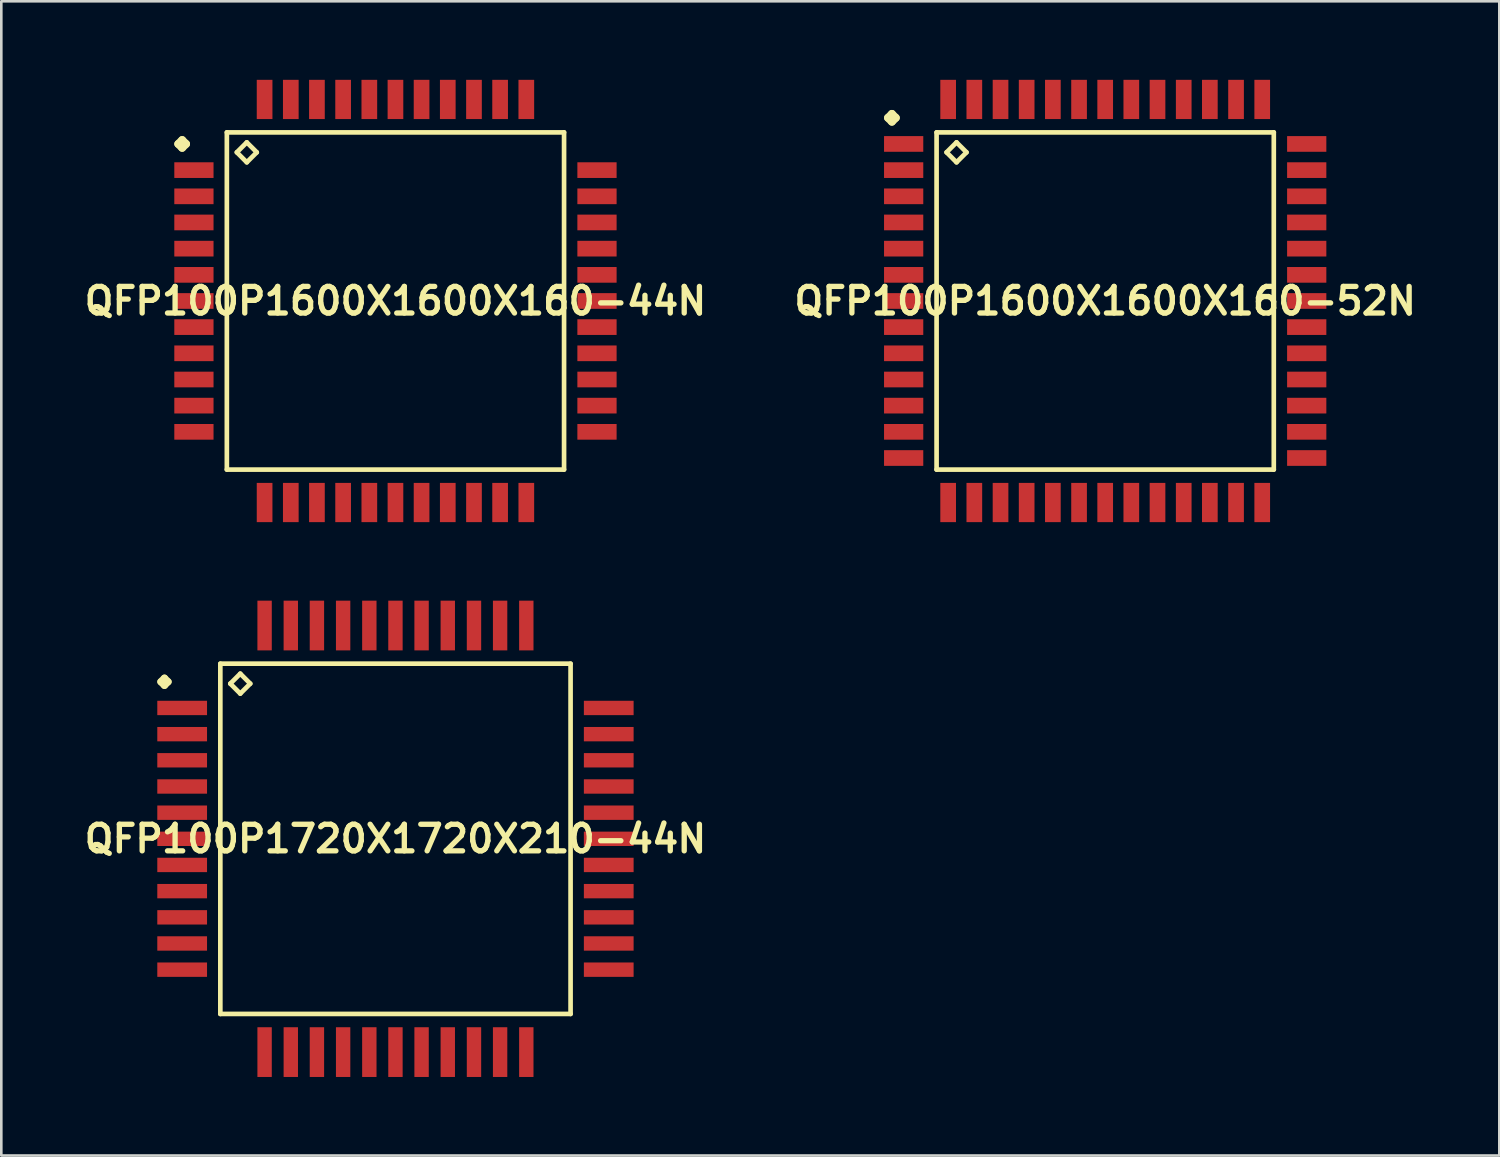
<source format=kicad_pcb>
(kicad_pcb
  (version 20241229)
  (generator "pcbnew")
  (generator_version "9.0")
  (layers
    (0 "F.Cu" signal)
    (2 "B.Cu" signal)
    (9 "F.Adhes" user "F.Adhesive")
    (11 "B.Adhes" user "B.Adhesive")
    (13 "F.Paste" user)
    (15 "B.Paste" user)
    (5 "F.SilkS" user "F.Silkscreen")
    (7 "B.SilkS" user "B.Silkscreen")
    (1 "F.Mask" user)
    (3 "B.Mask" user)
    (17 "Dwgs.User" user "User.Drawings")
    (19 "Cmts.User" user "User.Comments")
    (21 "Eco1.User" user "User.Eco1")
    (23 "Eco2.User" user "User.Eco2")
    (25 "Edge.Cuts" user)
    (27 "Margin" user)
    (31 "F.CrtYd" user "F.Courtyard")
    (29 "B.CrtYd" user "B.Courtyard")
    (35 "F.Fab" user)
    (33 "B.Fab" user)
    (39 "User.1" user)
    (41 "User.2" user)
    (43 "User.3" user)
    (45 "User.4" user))
  (footprint "QFP100P1600X1600X160-52N"
    (layer "F.Cu")
    (at 39.17 8.448)
    (property "Reference" "QFP100P1600X1600X160-52N" (at 0 0 0) (layer "F.SilkS") (effects (font (size 1.016 1.016) (thickness 0.203))))
    (attr smd)
    (fp_line (start -8.298 -6.998) (end -8.148 -7.148) (stroke (width 0.3) (type solid)) (layer "F.SilkS"))
    (fp_line (start -8.148 -7.148) (end -7.998 -6.998) (stroke (width 0.3) (type solid)) (layer "F.SilkS"))
    (fp_line (start -8.148 -6.848) (end -8.298 -6.998) (stroke (width 0.3) (type solid)) (layer "F.SilkS"))
    (fp_line (start -7.998 -6.998) (end -8.148 -6.848) (stroke (width 0.3) (type solid)) (layer "F.SilkS"))
    (fp_line (start -6.441 -6.441) (end -6.441 6.441) (stroke (width 0.178) (type solid)) (layer "F.SilkS"))
    (fp_line (start -6.441 6.441) (end 6.441 6.441) (stroke (width 0.178) (type solid)) (layer "F.SilkS"))
    (fp_line (start -6.06 -5.679) (end -5.679 -6.06) (stroke (width 0.178) (type solid)) (layer "F.SilkS"))
    (fp_line (start -5.679 -6.06) (end -5.298 -5.679) (stroke (width 0.178) (type solid)) (layer "F.SilkS"))
    (fp_line (start -5.679 -5.298) (end -6.06 -5.679) (stroke (width 0.178) (type solid)) (layer "F.SilkS"))
    (fp_line (start -5.298 -5.679) (end -5.679 -5.298) (stroke (width 0.178) (type solid)) (layer "F.SilkS"))
    (fp_line (start 6.441 -6.441) (end -6.441 -6.441) (stroke (width 0.178) (type solid)) (layer "F.SilkS"))
    (fp_line (start 6.441 6.441) (end 6.441 -6.441) (stroke (width 0.178) (type solid)) (layer "F.SilkS"))
    (pad "1" smd rect (at -7.699 -5.999) (size 1.499 0.599) (layers "F.Cu" "F.Mask" "F.Paste"))
    (pad "2" smd rect (at -7.699 -4.999) (size 1.499 0.599) (layers "F.Cu" "F.Mask" "F.Paste"))
    (pad "3" smd rect (at -7.699 -3.998) (size 1.499 0.599) (layers "F.Cu" "F.Mask" "F.Paste"))
    (pad "4" smd rect (at -7.699 -3) (size 1.499 0.599) (layers "F.Cu" "F.Mask" "F.Paste"))
    (pad "5" smd rect (at -7.699 -1.999) (size 1.499 0.599) (layers "F.Cu" "F.Mask" "F.Paste"))
    (pad "6" smd rect (at -7.699 -0.998) (size 1.499 0.599) (layers "F.Cu" "F.Mask" "F.Paste"))
    (pad "7" smd rect (at -7.699 0) (size 1.499 0.599) (layers "F.Cu" "F.Mask" "F.Paste"))
    (pad "8" smd rect (at -7.699 0.998) (size 1.499 0.599) (layers "F.Cu" "F.Mask" "F.Paste"))
    (pad "9" smd rect (at -7.699 1.999) (size 1.499 0.599) (layers "F.Cu" "F.Mask" "F.Paste"))
    (pad "10" smd rect (at -7.699 3) (size 1.499 0.599) (layers "F.Cu" "F.Mask" "F.Paste"))
    (pad "11" smd rect (at -7.699 3.998) (size 1.499 0.599) (layers "F.Cu" "F.Mask" "F.Paste"))
    (pad "12" smd rect (at -7.699 4.999) (size 1.499 0.599) (layers "F.Cu" "F.Mask" "F.Paste"))
    (pad "13" smd rect (at -7.699 5.999) (size 1.499 0.599) (layers "F.Cu" "F.Mask" "F.Paste"))
    (pad "14" smd rect (at -5.999 7.699) (size 0.599 1.499) (layers "F.Cu" "F.Mask" "F.Paste"))
    (pad "15" smd rect (at -4.999 7.699) (size 0.599 1.499) (layers "F.Cu" "F.Mask" "F.Paste"))
    (pad "16" smd rect (at -3.998 7.699) (size 0.599 1.499) (layers "F.Cu" "F.Mask" "F.Paste"))
    (pad "17" smd rect (at -3 7.699) (size 0.599 1.499) (layers "F.Cu" "F.Mask" "F.Paste"))
    (pad "18" smd rect (at -1.999 7.699) (size 0.599 1.499) (layers "F.Cu" "F.Mask" "F.Paste"))
    (pad "19" smd rect (at -0.998 7.699) (size 0.599 1.499) (layers "F.Cu" "F.Mask" "F.Paste"))
    (pad "20" smd rect (at 0 7.699) (size 0.599 1.499) (layers "F.Cu" "F.Mask" "F.Paste"))
    (pad "21" smd rect (at 0.998 7.699) (size 0.599 1.499) (layers "F.Cu" "F.Mask" "F.Paste"))
    (pad "22" smd rect (at 1.999 7.699) (size 0.599 1.499) (layers "F.Cu" "F.Mask" "F.Paste"))
    (pad "23" smd rect (at 3 7.699) (size 0.599 1.499) (layers "F.Cu" "F.Mask" "F.Paste"))
    (pad "24" smd rect (at 3.998 7.699) (size 0.599 1.499) (layers "F.Cu" "F.Mask" "F.Paste"))
    (pad "25" smd rect (at 4.999 7.699) (size 0.599 1.499) (layers "F.Cu" "F.Mask" "F.Paste"))
    (pad "26" smd rect (at 5.999 7.699) (size 0.599 1.499) (layers "F.Cu" "F.Mask" "F.Paste"))
    (pad "27" smd rect (at 7.699 5.999) (size 1.499 0.599) (layers "F.Cu" "F.Mask" "F.Paste"))
    (pad "28" smd rect (at 7.699 4.999) (size 1.499 0.599) (layers "F.Cu" "F.Mask" "F.Paste"))
    (pad "29" smd rect (at 7.699 3.998) (size 1.499 0.599) (layers "F.Cu" "F.Mask" "F.Paste"))
    (pad "30" smd rect (at 7.699 3) (size 1.499 0.599) (layers "F.Cu" "F.Mask" "F.Paste"))
    (pad "31" smd rect (at 7.699 1.999) (size 1.499 0.599) (layers "F.Cu" "F.Mask" "F.Paste"))
    (pad "32" smd rect (at 7.699 0.998) (size 1.499 0.599) (layers "F.Cu" "F.Mask" "F.Paste"))
    (pad "33" smd rect (at 7.699 0) (size 1.499 0.599) (layers "F.Cu" "F.Mask" "F.Paste"))
    (pad "34" smd rect (at 7.699 -0.998) (size 1.499 0.599) (layers "F.Cu" "F.Mask" "F.Paste"))
    (pad "35" smd rect (at 7.699 -1.999) (size 1.499 0.599) (layers "F.Cu" "F.Mask" "F.Paste"))
    (pad "36" smd rect (at 7.699 -3) (size 1.499 0.599) (layers "F.Cu" "F.Mask" "F.Paste"))
    (pad "37" smd rect (at 7.699 -3.998) (size 1.499 0.599) (layers "F.Cu" "F.Mask" "F.Paste"))
    (pad "38" smd rect (at 7.699 -4.999) (size 1.499 0.599) (layers "F.Cu" "F.Mask" "F.Paste"))
    (pad "39" smd rect (at 7.699 -5.999) (size 1.499 0.599) (layers "F.Cu" "F.Mask" "F.Paste"))
    (pad "40" smd rect (at 5.999 -7.699) (size 0.599 1.499) (layers "F.Cu" "F.Mask" "F.Paste"))
    (pad "41" smd rect (at 4.999 -7.699) (size 0.599 1.499) (layers "F.Cu" "F.Mask" "F.Paste"))
    (pad "42" smd rect (at 3.998 -7.699) (size 0.599 1.499) (layers "F.Cu" "F.Mask" "F.Paste"))
    (pad "43" smd rect (at 3 -7.699) (size 0.599 1.499) (layers "F.Cu" "F.Mask" "F.Paste"))
    (pad "44" smd rect (at 1.999 -7.699) (size 0.599 1.499) (layers "F.Cu" "F.Mask" "F.Paste"))
    (pad "45" smd rect (at 0.998 -7.699) (size 0.599 1.499) (layers "F.Cu" "F.Mask" "F.Paste"))
    (pad "46" smd rect (at 0 -7.699) (size 0.599 1.499) (layers "F.Cu" "F.Mask" "F.Paste"))
    (pad "47" smd rect (at -0.998 -7.699) (size 0.599 1.499) (layers "F.Cu" "F.Mask" "F.Paste"))
    (pad "48" smd rect (at -1.999 -7.699) (size 0.599 1.499) (layers "F.Cu" "F.Mask" "F.Paste"))
    (pad "49" smd rect (at -3 -7.699) (size 0.599 1.499) (layers "F.Cu" "F.Mask" "F.Paste"))
    (pad "50" smd rect (at -3.998 -7.699) (size 0.599 1.499) (layers "F.Cu" "F.Mask" "F.Paste"))
    (pad "51" smd rect (at -4.999 -7.699) (size 0.599 1.499) (layers "F.Cu" "F.Mask" "F.Paste"))
    (pad "52" smd rect (at -5.999 -7.699) (size 0.599 1.499) (layers "F.Cu" "F.Mask" "F.Paste")))
  (footprint "QFP100P1720X1720X210-44N"
    (layer "F.Cu")
    (at 12.057 28.994)
    (property "Reference" "QFP100P1720X1720X210-44N" (at 0 0 0) (layer "F.SilkS") (effects (font (size 1.016 1.016) (thickness 0.203))))
    (attr smd)
    (fp_line (start -8.961 -5.999) (end -8.824 -6.137) (stroke (width 0.274) (type solid)) (layer "F.SilkS"))
    (fp_line (start -8.824 -6.137) (end -8.687 -5.999) (stroke (width 0.274) (type solid)) (layer "F.SilkS"))
    (fp_line (start -8.824 -5.862) (end -8.961 -5.999) (stroke (width 0.274) (type solid)) (layer "F.SilkS"))
    (fp_line (start -8.687 -5.999) (end -8.824 -5.862) (stroke (width 0.274) (type solid)) (layer "F.SilkS"))
    (fp_line (start -6.69 -6.69) (end -6.69 6.69) (stroke (width 0.178) (type solid)) (layer "F.SilkS"))
    (fp_line (start -6.69 6.69) (end 6.69 6.69) (stroke (width 0.178) (type solid)) (layer "F.SilkS"))
    (fp_line (start -6.309 -5.928) (end -5.928 -6.309) (stroke (width 0.178) (type solid)) (layer "F.SilkS"))
    (fp_line (start -5.928 -6.309) (end -5.547 -5.928) (stroke (width 0.178) (type solid)) (layer "F.SilkS"))
    (fp_line (start -5.928 -5.547) (end -6.309 -5.928) (stroke (width 0.178) (type solid)) (layer "F.SilkS"))
    (fp_line (start -5.547 -5.928) (end -5.928 -5.547) (stroke (width 0.178) (type solid)) (layer "F.SilkS"))
    (fp_line (start 6.69 -6.69) (end -6.69 -6.69) (stroke (width 0.178) (type solid)) (layer "F.SilkS"))
    (fp_line (start 6.69 6.69) (end 6.69 -6.69) (stroke (width 0.178) (type solid)) (layer "F.SilkS"))
    (pad "1" smd rect (at -8.148 -4.999) (size 1.9 0.549) (layers "F.Cu" "F.Mask" "F.Paste"))
    (pad "2" smd rect (at -8.148 -3.998) (size 1.9 0.549) (layers "F.Cu" "F.Mask" "F.Paste"))
    (pad "3" smd rect (at -8.148 -3) (size 1.9 0.549) (layers "F.Cu" "F.Mask" "F.Paste"))
    (pad "4" smd rect (at -8.148 -1.999) (size 1.9 0.549) (layers "F.Cu" "F.Mask" "F.Paste"))
    (pad "5" smd rect (at -8.148 -0.998) (size 1.9 0.549) (layers "F.Cu" "F.Mask" "F.Paste"))
    (pad "6" smd rect (at -8.148 0) (size 1.9 0.549) (layers "F.Cu" "F.Mask" "F.Paste"))
    (pad "7" smd rect (at -8.148 0.998) (size 1.9 0.549) (layers "F.Cu" "F.Mask" "F.Paste"))
    (pad "8" smd rect (at -8.148 1.999) (size 1.9 0.549) (layers "F.Cu" "F.Mask" "F.Paste"))
    (pad "9" smd rect (at -8.148 3) (size 1.9 0.549) (layers "F.Cu" "F.Mask" "F.Paste"))
    (pad "10" smd rect (at -8.148 3.998) (size 1.9 0.549) (layers "F.Cu" "F.Mask" "F.Paste"))
    (pad "11" smd rect (at -8.148 4.999) (size 1.9 0.549) (layers "F.Cu" "F.Mask" "F.Paste"))
    (pad "12" smd rect (at -4.999 8.148) (size 0.549 1.9) (layers "F.Cu" "F.Mask" "F.Paste"))
    (pad "13" smd rect (at -3.998 8.148) (size 0.549 1.9) (layers "F.Cu" "F.Mask" "F.Paste"))
    (pad "14" smd rect (at -3 8.148) (size 0.549 1.9) (layers "F.Cu" "F.Mask" "F.Paste"))
    (pad "15" smd rect (at -1.999 8.148) (size 0.549 1.9) (layers "F.Cu" "F.Mask" "F.Paste"))
    (pad "16" smd rect (at -0.998 8.148) (size 0.549 1.9) (layers "F.Cu" "F.Mask" "F.Paste"))
    (pad "17" smd rect (at 0 8.148) (size 0.549 1.9) (layers "F.Cu" "F.Mask" "F.Paste"))
    (pad "18" smd rect (at 0.998 8.148) (size 0.549 1.9) (layers "F.Cu" "F.Mask" "F.Paste"))
    (pad "19" smd rect (at 1.999 8.148) (size 0.549 1.9) (layers "F.Cu" "F.Mask" "F.Paste"))
    (pad "20" smd rect (at 3 8.148) (size 0.549 1.9) (layers "F.Cu" "F.Mask" "F.Paste"))
    (pad "21" smd rect (at 3.998 8.148) (size 0.549 1.9) (layers "F.Cu" "F.Mask" "F.Paste"))
    (pad "22" smd rect (at 4.999 8.148) (size 0.549 1.9) (layers "F.Cu" "F.Mask" "F.Paste"))
    (pad "23" smd rect (at 8.148 4.999) (size 1.9 0.549) (layers "F.Cu" "F.Mask" "F.Paste"))
    (pad "24" smd rect (at 8.148 3.998) (size 1.9 0.549) (layers "F.Cu" "F.Mask" "F.Paste"))
    (pad "25" smd rect (at 8.148 3) (size 1.9 0.549) (layers "F.Cu" "F.Mask" "F.Paste"))
    (pad "26" smd rect (at 8.148 1.999) (size 1.9 0.549) (layers "F.Cu" "F.Mask" "F.Paste"))
    (pad "27" smd rect (at 8.148 0.998) (size 1.9 0.549) (layers "F.Cu" "F.Mask" "F.Paste"))
    (pad "28" smd rect (at 8.148 0) (size 1.9 0.549) (layers "F.Cu" "F.Mask" "F.Paste"))
    (pad "29" smd rect (at 8.148 -0.998) (size 1.9 0.549) (layers "F.Cu" "F.Mask" "F.Paste"))
    (pad "30" smd rect (at 8.148 -1.999) (size 1.9 0.549) (layers "F.Cu" "F.Mask" "F.Paste"))
    (pad "31" smd rect (at 8.148 -3) (size 1.9 0.549) (layers "F.Cu" "F.Mask" "F.Paste"))
    (pad "32" smd rect (at 8.148 -3.998) (size 1.9 0.549) (layers "F.Cu" "F.Mask" "F.Paste"))
    (pad "33" smd rect (at 8.148 -4.999) (size 1.9 0.549) (layers "F.Cu" "F.Mask" "F.Paste"))
    (pad "34" smd rect (at 4.999 -8.148) (size 0.549 1.9) (layers "F.Cu" "F.Mask" "F.Paste"))
    (pad "35" smd rect (at 3.998 -8.148) (size 0.549 1.9) (layers "F.Cu" "F.Mask" "F.Paste"))
    (pad "36" smd rect (at 3 -8.148) (size 0.549 1.9) (layers "F.Cu" "F.Mask" "F.Paste"))
    (pad "37" smd rect (at 1.999 -8.148) (size 0.549 1.9) (layers "F.Cu" "F.Mask" "F.Paste"))
    (pad "38" smd rect (at 0.998 -8.148) (size 0.549 1.9) (layers "F.Cu" "F.Mask" "F.Paste"))
    (pad "39" smd rect (at 0 -8.148) (size 0.549 1.9) (layers "F.Cu" "F.Mask" "F.Paste"))
    (pad "40" smd rect (at -0.998 -8.148) (size 0.549 1.9) (layers "F.Cu" "F.Mask" "F.Paste"))
    (pad "41" smd rect (at -1.999 -8.148) (size 0.549 1.9) (layers "F.Cu" "F.Mask" "F.Paste"))
    (pad "42" smd rect (at -3 -8.148) (size 0.549 1.9) (layers "F.Cu" "F.Mask" "F.Paste"))
    (pad "43" smd rect (at -3.998 -8.148) (size 0.549 1.9) (layers "F.Cu" "F.Mask" "F.Paste"))
    (pad "44" smd rect (at -4.999 -8.148) (size 0.549 1.9) (layers "F.Cu" "F.Mask" "F.Paste")))
  (footprint "QFP100P1600X1600X160-44N"
    (layer "F.Cu")
    (at 12.057 8.448)
    (property "Reference" "QFP100P1600X1600X160-44N" (at 0 0 0) (layer "F.SilkS") (effects (font (size 1.016 1.016) (thickness 0.203))))
    (attr smd)
    (fp_line (start -8.298 -5.999) (end -8.148 -6.149) (stroke (width 0.3) (type solid)) (layer "F.SilkS"))
    (fp_line (start -8.148 -6.149) (end -7.998 -5.999) (stroke (width 0.3) (type solid)) (layer "F.SilkS"))
    (fp_line (start -8.148 -5.85) (end -8.298 -5.999) (stroke (width 0.3) (type solid)) (layer "F.SilkS"))
    (fp_line (start -7.998 -5.999) (end -8.148 -5.85) (stroke (width 0.3) (type solid)) (layer "F.SilkS"))
    (fp_line (start -6.441 -6.441) (end -6.441 6.441) (stroke (width 0.178) (type solid)) (layer "F.SilkS"))
    (fp_line (start -6.441 6.441) (end 6.441 6.441) (stroke (width 0.178) (type solid)) (layer "F.SilkS"))
    (fp_line (start -6.06 -5.679) (end -5.679 -6.06) (stroke (width 0.178) (type solid)) (layer "F.SilkS"))
    (fp_line (start -5.679 -6.06) (end -5.298 -5.679) (stroke (width 0.178) (type solid)) (layer "F.SilkS"))
    (fp_line (start -5.679 -5.298) (end -6.06 -5.679) (stroke (width 0.178) (type solid)) (layer "F.SilkS"))
    (fp_line (start -5.298 -5.679) (end -5.679 -5.298) (stroke (width 0.178) (type solid)) (layer "F.SilkS"))
    (fp_line (start 6.441 -6.441) (end -6.441 -6.441) (stroke (width 0.178) (type solid)) (layer "F.SilkS"))
    (fp_line (start 6.441 6.441) (end 6.441 -6.441) (stroke (width 0.178) (type solid)) (layer "F.SilkS"))
    (pad "1" smd rect (at -7.699 -4.999) (size 1.499 0.599) (layers "F.Cu" "F.Mask" "F.Paste"))
    (pad "2" smd rect (at -7.699 -3.998) (size 1.499 0.599) (layers "F.Cu" "F.Mask" "F.Paste"))
    (pad "3" smd rect (at -7.699 -3) (size 1.499 0.599) (layers "F.Cu" "F.Mask" "F.Paste"))
    (pad "4" smd rect (at -7.699 -1.999) (size 1.499 0.599) (layers "F.Cu" "F.Mask" "F.Paste"))
    (pad "5" smd rect (at -7.699 -0.998) (size 1.499 0.599) (layers "F.Cu" "F.Mask" "F.Paste"))
    (pad "6" smd rect (at -7.699 0) (size 1.499 0.599) (layers "F.Cu" "F.Mask" "F.Paste"))
    (pad "7" smd rect (at -7.699 0.998) (size 1.499 0.599) (layers "F.Cu" "F.Mask" "F.Paste"))
    (pad "8" smd rect (at -7.699 1.999) (size 1.499 0.599) (layers "F.Cu" "F.Mask" "F.Paste"))
    (pad "9" smd rect (at -7.699 3) (size 1.499 0.599) (layers "F.Cu" "F.Mask" "F.Paste"))
    (pad "10" smd rect (at -7.699 3.998) (size 1.499 0.599) (layers "F.Cu" "F.Mask" "F.Paste"))
    (pad "11" smd rect (at -7.699 4.999) (size 1.499 0.599) (layers "F.Cu" "F.Mask" "F.Paste"))
    (pad "12" smd rect (at -4.999 7.699) (size 0.599 1.499) (layers "F.Cu" "F.Mask" "F.Paste"))
    (pad "13" smd rect (at -3.998 7.699) (size 0.599 1.499) (layers "F.Cu" "F.Mask" "F.Paste"))
    (pad "14" smd rect (at -3 7.699) (size 0.599 1.499) (layers "F.Cu" "F.Mask" "F.Paste"))
    (pad "15" smd rect (at -1.999 7.699) (size 0.599 1.499) (layers "F.Cu" "F.Mask" "F.Paste"))
    (pad "16" smd rect (at -0.998 7.699) (size 0.599 1.499) (layers "F.Cu" "F.Mask" "F.Paste"))
    (pad "17" smd rect (at 0 7.699) (size 0.599 1.499) (layers "F.Cu" "F.Mask" "F.Paste"))
    (pad "18" smd rect (at 0.998 7.699) (size 0.599 1.499) (layers "F.Cu" "F.Mask" "F.Paste"))
    (pad "19" smd rect (at 1.999 7.699) (size 0.599 1.499) (layers "F.Cu" "F.Mask" "F.Paste"))
    (pad "20" smd rect (at 3 7.699) (size 0.599 1.499) (layers "F.Cu" "F.Mask" "F.Paste"))
    (pad "21" smd rect (at 3.998 7.699) (size 0.599 1.499) (layers "F.Cu" "F.Mask" "F.Paste"))
    (pad "22" smd rect (at 4.999 7.699) (size 0.599 1.499) (layers "F.Cu" "F.Mask" "F.Paste"))
    (pad "23" smd rect (at 7.699 4.999) (size 1.499 0.599) (layers "F.Cu" "F.Mask" "F.Paste"))
    (pad "24" smd rect (at 7.699 3.998) (size 1.499 0.599) (layers "F.Cu" "F.Mask" "F.Paste"))
    (pad "25" smd rect (at 7.699 3) (size 1.499 0.599) (layers "F.Cu" "F.Mask" "F.Paste"))
    (pad "26" smd rect (at 7.699 1.999) (size 1.499 0.599) (layers "F.Cu" "F.Mask" "F.Paste"))
    (pad "27" smd rect (at 7.699 0.998) (size 1.499 0.599) (layers "F.Cu" "F.Mask" "F.Paste"))
    (pad "28" smd rect (at 7.699 0) (size 1.499 0.599) (layers "F.Cu" "F.Mask" "F.Paste"))
    (pad "29" smd rect (at 7.699 -0.998) (size 1.499 0.599) (layers "F.Cu" "F.Mask" "F.Paste"))
    (pad "30" smd rect (at 7.699 -1.999) (size 1.499 0.599) (layers "F.Cu" "F.Mask" "F.Paste"))
    (pad "31" smd rect (at 7.699 -3) (size 1.499 0.599) (layers "F.Cu" "F.Mask" "F.Paste"))
    (pad "32" smd rect (at 7.699 -3.998) (size 1.499 0.599) (layers "F.Cu" "F.Mask" "F.Paste"))
    (pad "33" smd rect (at 7.699 -4.999) (size 1.499 0.599) (layers "F.Cu" "F.Mask" "F.Paste"))
    (pad "34" smd rect (at 4.999 -7.699) (size 0.599 1.499) (layers "F.Cu" "F.Mask" "F.Paste"))
    (pad "35" smd rect (at 3.998 -7.699) (size 0.599 1.499) (layers "F.Cu" "F.Mask" "F.Paste"))
    (pad "36" smd rect (at 3 -7.699) (size 0.599 1.499) (layers "F.Cu" "F.Mask" "F.Paste"))
    (pad "37" smd rect (at 1.999 -7.699) (size 0.599 1.499) (layers "F.Cu" "F.Mask" "F.Paste"))
    (pad "38" smd rect (at 0.998 -7.699) (size 0.599 1.499) (layers "F.Cu" "F.Mask" "F.Paste"))
    (pad "39" smd rect (at 0 -7.699) (size 0.599 1.499) (layers "F.Cu" "F.Mask" "F.Paste"))
    (pad "40" smd rect (at -0.998 -7.699) (size 0.599 1.499) (layers "F.Cu" "F.Mask" "F.Paste"))
    (pad "41" smd rect (at -1.999 -7.699) (size 0.599 1.499) (layers "F.Cu" "F.Mask" "F.Paste"))
    (pad "42" smd rect (at -3 -7.699) (size 0.599 1.499) (layers "F.Cu" "F.Mask" "F.Paste"))
    (pad "43" smd rect (at -3.998 -7.699) (size 0.599 1.499) (layers "F.Cu" "F.Mask" "F.Paste"))
    (pad "44" smd rect (at -4.999 -7.699) (size 0.599 1.499) (layers "F.Cu" "F.Mask" "F.Paste")))
  (gr_rect
    (start -3 -3)
    (end 54.226 41.093)
    (stroke (width 0.1) (type default))
    (fill no)
    (layer "Edge.Cuts")))
</source>
